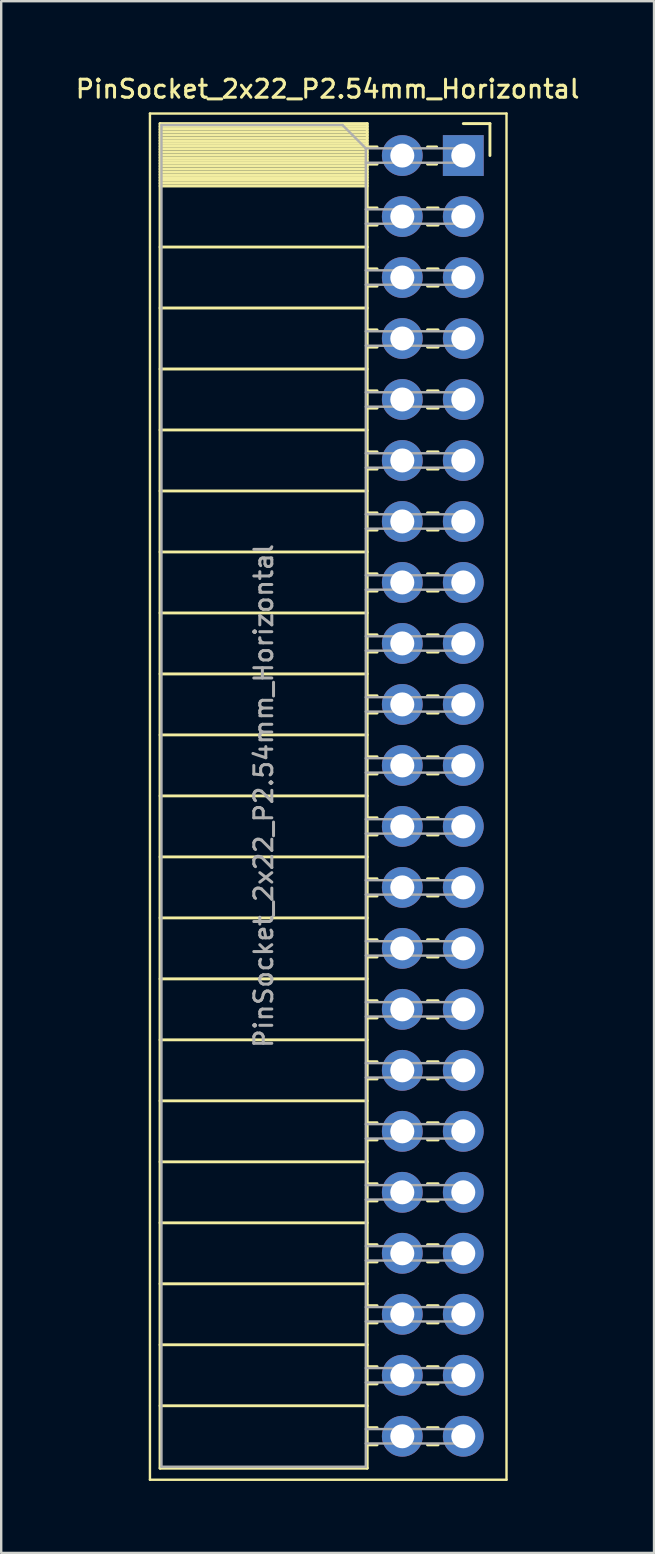
<source format=kicad_pcb>
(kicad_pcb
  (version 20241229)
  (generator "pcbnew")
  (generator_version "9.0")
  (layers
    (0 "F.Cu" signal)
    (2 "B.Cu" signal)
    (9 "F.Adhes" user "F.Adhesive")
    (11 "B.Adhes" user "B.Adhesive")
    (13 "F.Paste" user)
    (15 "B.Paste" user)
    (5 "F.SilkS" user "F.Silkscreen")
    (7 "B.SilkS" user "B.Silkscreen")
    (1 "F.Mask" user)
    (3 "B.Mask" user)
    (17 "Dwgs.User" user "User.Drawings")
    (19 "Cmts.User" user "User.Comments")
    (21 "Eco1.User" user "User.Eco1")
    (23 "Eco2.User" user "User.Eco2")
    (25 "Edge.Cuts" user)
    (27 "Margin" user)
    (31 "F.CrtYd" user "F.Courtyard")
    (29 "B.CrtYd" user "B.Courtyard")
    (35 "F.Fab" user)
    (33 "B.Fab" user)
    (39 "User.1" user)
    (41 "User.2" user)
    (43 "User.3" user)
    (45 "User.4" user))
  (footprint "PinSocket_2x22_P2.54mm_Horizontal"
    (layer "F.Cu")
    (at 16.245 3.428)
    (property "Reference" "PinSocket_2x22_P2.54mm_Horizontal" (at -5.65 -2.77 0) (layer "F.SilkS") (effects (font (size 0.75 0.75) (thickness 0.125))))
    (attr through_hole)
    (fp_line (start -13.05 -1.75) (end -13.05 55.15) (stroke (width 0.1) (type solid)) (layer "F.SilkS"))
    (fp_line (start -13.05 55.15) (end 1.8 55.15) (stroke (width 0.1) (type solid)) (layer "F.SilkS"))
    (fp_line (start -12.63 -1.33) (end -12.63 54.67) (stroke (width 0.12) (type solid)) (layer "F.SilkS"))
    (fp_line (start -12.63 -1.33) (end -4 -1.33) (stroke (width 0.12) (type solid)) (layer "F.SilkS"))
    (fp_line (start -12.63 -1.21) (end -4 -1.21) (stroke (width 0.12) (type solid)) (layer "F.SilkS"))
    (fp_line (start -12.63 -1.092) (end -4 -1.092) (stroke (width 0.12) (type solid)) (layer "F.SilkS"))
    (fp_line (start -12.63 -0.974) (end -4 -0.974) (stroke (width 0.12) (type solid)) (layer "F.SilkS"))
    (fp_line (start -12.63 -0.856) (end -4 -0.856) (stroke (width 0.12) (type solid)) (layer "F.SilkS"))
    (fp_line (start -12.63 -0.738) (end -4 -0.738) (stroke (width 0.12) (type solid)) (layer "F.SilkS"))
    (fp_line (start -12.63 -0.62) (end -4 -0.62) (stroke (width 0.12) (type solid)) (layer "F.SilkS"))
    (fp_line (start -12.63 -0.501) (end -4 -0.501) (stroke (width 0.12) (type solid)) (layer "F.SilkS"))
    (fp_line (start -12.63 -0.383) (end -4 -0.383) (stroke (width 0.12) (type solid)) (layer "F.SilkS"))
    (fp_line (start -12.63 -0.265) (end -4 -0.265) (stroke (width 0.12) (type solid)) (layer "F.SilkS"))
    (fp_line (start -12.63 -0.147) (end -4 -0.147) (stroke (width 0.12) (type solid)) (layer "F.SilkS"))
    (fp_line (start -12.63 -0.029) (end -4 -0.029) (stroke (width 0.12) (type solid)) (layer "F.SilkS"))
    (fp_line (start -12.63 0.089) (end -4 0.089) (stroke (width 0.12) (type solid)) (layer "F.SilkS"))
    (fp_line (start -12.63 0.207) (end -4 0.207) (stroke (width 0.12) (type solid)) (layer "F.SilkS"))
    (fp_line (start -12.63 0.325) (end -4 0.325) (stroke (width 0.12) (type solid)) (layer "F.SilkS"))
    (fp_line (start -12.63 0.443) (end -4 0.443) (stroke (width 0.12) (type solid)) (layer "F.SilkS"))
    (fp_line (start -12.63 0.561) (end -4 0.561) (stroke (width 0.12) (type solid)) (layer "F.SilkS"))
    (fp_line (start -12.63 0.68) (end -4 0.68) (stroke (width 0.12) (type solid)) (layer "F.SilkS"))
    (fp_line (start -12.63 0.798) (end -4 0.798) (stroke (width 0.12) (type solid)) (layer "F.SilkS"))
    (fp_line (start -12.63 0.916) (end -4 0.916) (stroke (width 0.12) (type solid)) (layer "F.SilkS"))
    (fp_line (start -12.63 1.034) (end -4 1.034) (stroke (width 0.12) (type solid)) (layer "F.SilkS"))
    (fp_line (start -12.63 1.152) (end -4 1.152) (stroke (width 0.12) (type solid)) (layer "F.SilkS"))
    (fp_line (start -12.63 1.27) (end -4 1.27) (stroke (width 0.12) (type solid)) (layer "F.SilkS"))
    (fp_line (start -12.63 3.81) (end -4 3.81) (stroke (width 0.12) (type solid)) (layer "F.SilkS"))
    (fp_line (start -12.63 6.35) (end -4 6.35) (stroke (width 0.12) (type solid)) (layer "F.SilkS"))
    (fp_line (start -12.63 8.89) (end -4 8.89) (stroke (width 0.12) (type solid)) (layer "F.SilkS"))
    (fp_line (start -12.63 11.43) (end -4 11.43) (stroke (width 0.12) (type solid)) (layer "F.SilkS"))
    (fp_line (start -12.63 13.97) (end -4 13.97) (stroke (width 0.12) (type solid)) (layer "F.SilkS"))
    (fp_line (start -12.63 16.51) (end -4 16.51) (stroke (width 0.12) (type solid)) (layer "F.SilkS"))
    (fp_line (start -12.63 19.05) (end -4 19.05) (stroke (width 0.12) (type solid)) (layer "F.SilkS"))
    (fp_line (start -12.63 21.59) (end -4 21.59) (stroke (width 0.12) (type solid)) (layer "F.SilkS"))
    (fp_line (start -12.63 24.13) (end -4 24.13) (stroke (width 0.12) (type solid)) (layer "F.SilkS"))
    (fp_line (start -12.63 26.67) (end -4 26.67) (stroke (width 0.12) (type solid)) (layer "F.SilkS"))
    (fp_line (start -12.63 29.21) (end -4 29.21) (stroke (width 0.12) (type solid)) (layer "F.SilkS"))
    (fp_line (start -12.63 31.75) (end -4 31.75) (stroke (width 0.12) (type solid)) (layer "F.SilkS"))
    (fp_line (start -12.63 34.29) (end -4 34.29) (stroke (width 0.12) (type solid)) (layer "F.SilkS"))
    (fp_line (start -12.63 36.83) (end -4 36.83) (stroke (width 0.12) (type solid)) (layer "F.SilkS"))
    (fp_line (start -12.63 39.37) (end -4 39.37) (stroke (width 0.12) (type solid)) (layer "F.SilkS"))
    (fp_line (start -12.63 41.91) (end -4 41.91) (stroke (width 0.12) (type solid)) (layer "F.SilkS"))
    (fp_line (start -12.63 44.45) (end -4 44.45) (stroke (width 0.12) (type solid)) (layer "F.SilkS"))
    (fp_line (start -12.63 46.99) (end -4 46.99) (stroke (width 0.12) (type solid)) (layer "F.SilkS"))
    (fp_line (start -12.63 49.53) (end -4 49.53) (stroke (width 0.12) (type solid)) (layer "F.SilkS"))
    (fp_line (start -12.63 52.07) (end -4 52.07) (stroke (width 0.12) (type solid)) (layer "F.SilkS"))
    (fp_line (start -12.63 54.67) (end -4 54.67) (stroke (width 0.12) (type solid)) (layer "F.SilkS"))
    (fp_line (start -4 -1.33) (end -4 54.67) (stroke (width 0.12) (type solid)) (layer "F.SilkS"))
    (fp_line (start -4 -0.36) (end -3.59 -0.36) (stroke (width 0.12) (type solid)) (layer "F.SilkS"))
    (fp_line (start -4 0.36) (end -3.59 0.36) (stroke (width 0.12) (type solid)) (layer "F.SilkS"))
    (fp_line (start -4 2.18) (end -3.59 2.18) (stroke (width 0.12) (type solid)) (layer "F.SilkS"))
    (fp_line (start -4 2.9) (end -3.59 2.9) (stroke (width 0.12) (type solid)) (layer "F.SilkS"))
    (fp_line (start -4 4.72) (end -3.59 4.72) (stroke (width 0.12) (type solid)) (layer "F.SilkS"))
    (fp_line (start -4 5.44) (end -3.59 5.44) (stroke (width 0.12) (type solid)) (layer "F.SilkS"))
    (fp_line (start -4 7.26) (end -3.59 7.26) (stroke (width 0.12) (type solid)) (layer "F.SilkS"))
    (fp_line (start -4 7.98) (end -3.59 7.98) (stroke (width 0.12) (type solid)) (layer "F.SilkS"))
    (fp_line (start -4 9.8) (end -3.59 9.8) (stroke (width 0.12) (type solid)) (layer "F.SilkS"))
    (fp_line (start -4 10.52) (end -3.59 10.52) (stroke (width 0.12) (type solid)) (layer "F.SilkS"))
    (fp_line (start -4 12.34) (end -3.59 12.34) (stroke (width 0.12) (type solid)) (layer "F.SilkS"))
    (fp_line (start -4 13.06) (end -3.59 13.06) (stroke (width 0.12) (type solid)) (layer "F.SilkS"))
    (fp_line (start -4 14.88) (end -3.59 14.88) (stroke (width 0.12) (type solid)) (layer "F.SilkS"))
    (fp_line (start -4 15.6) (end -3.59 15.6) (stroke (width 0.12) (type solid)) (layer "F.SilkS"))
    (fp_line (start -4 17.42) (end -3.59 17.42) (stroke (width 0.12) (type solid)) (layer "F.SilkS"))
    (fp_line (start -4 18.14) (end -3.59 18.14) (stroke (width 0.12) (type solid)) (layer "F.SilkS"))
    (fp_line (start -4 19.96) (end -3.59 19.96) (stroke (width 0.12) (type solid)) (layer "F.SilkS"))
    (fp_line (start -4 20.68) (end -3.59 20.68) (stroke (width 0.12) (type solid)) (layer "F.SilkS"))
    (fp_line (start -4 22.5) (end -3.59 22.5) (stroke (width 0.12) (type solid)) (layer "F.SilkS"))
    (fp_line (start -4 23.22) (end -3.59 23.22) (stroke (width 0.12) (type solid)) (layer "F.SilkS"))
    (fp_line (start -4 25.04) (end -3.59 25.04) (stroke (width 0.12) (type solid)) (layer "F.SilkS"))
    (fp_line (start -4 25.76) (end -3.59 25.76) (stroke (width 0.12) (type solid)) (layer "F.SilkS"))
    (fp_line (start -4 27.58) (end -3.59 27.58) (stroke (width 0.12) (type solid)) (layer "F.SilkS"))
    (fp_line (start -4 28.3) (end -3.59 28.3) (stroke (width 0.12) (type solid)) (layer "F.SilkS"))
    (fp_line (start -4 30.12) (end -3.59 30.12) (stroke (width 0.12) (type solid)) (layer "F.SilkS"))
    (fp_line (start -4 30.84) (end -3.59 30.84) (stroke (width 0.12) (type solid)) (layer "F.SilkS"))
    (fp_line (start -4 32.66) (end -3.59 32.66) (stroke (width 0.12) (type solid)) (layer "F.SilkS"))
    (fp_line (start -4 33.38) (end -3.59 33.38) (stroke (width 0.12) (type solid)) (layer "F.SilkS"))
    (fp_line (start -4 35.2) (end -3.59 35.2) (stroke (width 0.12) (type solid)) (layer "F.SilkS"))
    (fp_line (start -4 35.92) (end -3.59 35.92) (stroke (width 0.12) (type solid)) (layer "F.SilkS"))
    (fp_line (start -4 37.74) (end -3.59 37.74) (stroke (width 0.12) (type solid)) (layer "F.SilkS"))
    (fp_line (start -4 38.46) (end -3.59 38.46) (stroke (width 0.12) (type solid)) (layer "F.SilkS"))
    (fp_line (start -4 40.28) (end -3.59 40.28) (stroke (width 0.12) (type solid)) (layer "F.SilkS"))
    (fp_line (start -4 41) (end -3.59 41) (stroke (width 0.12) (type solid)) (layer "F.SilkS"))
    (fp_line (start -4 42.82) (end -3.59 42.82) (stroke (width 0.12) (type solid)) (layer "F.SilkS"))
    (fp_line (start -4 43.54) (end -3.59 43.54) (stroke (width 0.12) (type solid)) (layer "F.SilkS"))
    (fp_line (start -4 45.36) (end -3.59 45.36) (stroke (width 0.12) (type solid)) (layer "F.SilkS"))
    (fp_line (start -4 46.08) (end -3.59 46.08) (stroke (width 0.12) (type solid)) (layer "F.SilkS"))
    (fp_line (start -4 47.9) (end -3.59 47.9) (stroke (width 0.12) (type solid)) (layer "F.SilkS"))
    (fp_line (start -4 48.62) (end -3.59 48.62) (stroke (width 0.12) (type solid)) (layer "F.SilkS"))
    (fp_line (start -4 50.44) (end -3.59 50.44) (stroke (width 0.12) (type solid)) (layer "F.SilkS"))
    (fp_line (start -4 51.16) (end -3.59 51.16) (stroke (width 0.12) (type solid)) (layer "F.SilkS"))
    (fp_line (start -4 52.98) (end -3.59 52.98) (stroke (width 0.12) (type solid)) (layer "F.SilkS"))
    (fp_line (start -4 53.7) (end -3.59 53.7) (stroke (width 0.12) (type solid)) (layer "F.SilkS"))
    (fp_line (start -1.49 -0.36) (end -1.11 -0.36) (stroke (width 0.12) (type solid)) (layer "F.SilkS"))
    (fp_line (start -1.49 0.36) (end -1.11 0.36) (stroke (width 0.12) (type solid)) (layer "F.SilkS"))
    (fp_line (start -1.49 2.18) (end -1.05 2.18) (stroke (width 0.12) (type solid)) (layer "F.SilkS"))
    (fp_line (start -1.49 2.9) (end -1.05 2.9) (stroke (width 0.12) (type solid)) (layer "F.SilkS"))
    (fp_line (start -1.49 4.72) (end -1.05 4.72) (stroke (width 0.12) (type solid)) (layer "F.SilkS"))
    (fp_line (start -1.49 5.44) (end -1.05 5.44) (stroke (width 0.12) (type solid)) (layer "F.SilkS"))
    (fp_line (start -1.49 7.26) (end -1.05 7.26) (stroke (width 0.12) (type solid)) (layer "F.SilkS"))
    (fp_line (start -1.49 7.98) (end -1.05 7.98) (stroke (width 0.12) (type solid)) (layer "F.SilkS"))
    (fp_line (start -1.49 9.8) (end -1.05 9.8) (stroke (width 0.12) (type solid)) (layer "F.SilkS"))
    (fp_line (start -1.49 10.52) (end -1.05 10.52) (stroke (width 0.12) (type solid)) (layer "F.SilkS"))
    (fp_line (start -1.49 12.34) (end -1.05 12.34) (stroke (width 0.12) (type solid)) (layer "F.SilkS"))
    (fp_line (start -1.49 13.06) (end -1.05 13.06) (stroke (width 0.12) (type solid)) (layer "F.SilkS"))
    (fp_line (start -1.49 14.88) (end -1.05 14.88) (stroke (width 0.12) (type solid)) (layer "F.SilkS"))
    (fp_line (start -1.49 15.6) (end -1.05 15.6) (stroke (width 0.12) (type solid)) (layer "F.SilkS"))
    (fp_line (start -1.49 17.42) (end -1.05 17.42) (stroke (width 0.12) (type solid)) (layer "F.SilkS"))
    (fp_line (start -1.49 18.14) (end -1.05 18.14) (stroke (width 0.12) (type solid)) (layer "F.SilkS"))
    (fp_line (start -1.49 19.96) (end -1.05 19.96) (stroke (width 0.12) (type solid)) (layer "F.SilkS"))
    (fp_line (start -1.49 20.68) (end -1.05 20.68) (stroke (width 0.12) (type solid)) (layer "F.SilkS"))
    (fp_line (start -1.49 22.5) (end -1.05 22.5) (stroke (width 0.12) (type solid)) (layer "F.SilkS"))
    (fp_line (start -1.49 23.22) (end -1.05 23.22) (stroke (width 0.12) (type solid)) (layer "F.SilkS"))
    (fp_line (start -1.49 25.04) (end -1.05 25.04) (stroke (width 0.12) (type solid)) (layer "F.SilkS"))
    (fp_line (start -1.49 25.76) (end -1.05 25.76) (stroke (width 0.12) (type solid)) (layer "F.SilkS"))
    (fp_line (start -1.49 27.58) (end -1.05 27.58) (stroke (width 0.12) (type solid)) (layer "F.SilkS"))
    (fp_line (start -1.49 28.3) (end -1.05 28.3) (stroke (width 0.12) (type solid)) (layer "F.SilkS"))
    (fp_line (start -1.49 30.12) (end -1.05 30.12) (stroke (width 0.12) (type solid)) (layer "F.SilkS"))
    (fp_line (start -1.49 30.84) (end -1.05 30.84) (stroke (width 0.12) (type solid)) (layer "F.SilkS"))
    (fp_line (start -1.49 32.66) (end -1.05 32.66) (stroke (width 0.12) (type solid)) (layer "F.SilkS"))
    (fp_line (start -1.49 33.38) (end -1.05 33.38) (stroke (width 0.12) (type solid)) (layer "F.SilkS"))
    (fp_line (start -1.49 35.2) (end -1.05 35.2) (stroke (width 0.12) (type solid)) (layer "F.SilkS"))
    (fp_line (start -1.49 35.92) (end -1.05 35.92) (stroke (width 0.12) (type solid)) (layer "F.SilkS"))
    (fp_line (start -1.49 37.74) (end -1.05 37.74) (stroke (width 0.12) (type solid)) (layer "F.SilkS"))
    (fp_line (start -1.49 38.46) (end -1.05 38.46) (stroke (width 0.12) (type solid)) (layer "F.SilkS"))
    (fp_line (start -1.49 40.28) (end -1.05 40.28) (stroke (width 0.12) (type solid)) (layer "F.SilkS"))
    (fp_line (start -1.49 41) (end -1.05 41) (stroke (width 0.12) (type solid)) (layer "F.SilkS"))
    (fp_line (start -1.49 42.82) (end -1.05 42.82) (stroke (width 0.12) (type solid)) (layer "F.SilkS"))
    (fp_line (start -1.49 43.54) (end -1.05 43.54) (stroke (width 0.12) (type solid)) (layer "F.SilkS"))
    (fp_line (start -1.49 45.36) (end -1.05 45.36) (stroke (width 0.12) (type solid)) (layer "F.SilkS"))
    (fp_line (start -1.49 46.08) (end -1.05 46.08) (stroke (width 0.12) (type solid)) (layer "F.SilkS"))
    (fp_line (start -1.49 47.9) (end -1.05 47.9) (stroke (width 0.12) (type solid)) (layer "F.SilkS"))
    (fp_line (start -1.49 48.62) (end -1.05 48.62) (stroke (width 0.12) (type solid)) (layer "F.SilkS"))
    (fp_line (start -1.49 50.44) (end -1.05 50.44) (stroke (width 0.12) (type solid)) (layer "F.SilkS"))
    (fp_line (start -1.49 51.16) (end -1.05 51.16) (stroke (width 0.12) (type solid)) (layer "F.SilkS"))
    (fp_line (start -1.49 52.98) (end -1.05 52.98) (stroke (width 0.12) (type solid)) (layer "F.SilkS"))
    (fp_line (start -1.49 53.7) (end -1.05 53.7) (stroke (width 0.12) (type solid)) (layer "F.SilkS"))
    (fp_line (start 0 -1.33) (end 1.11 -1.33) (stroke (width 0.12) (type solid)) (layer "F.SilkS"))
    (fp_line (start 1.11 -1.33) (end 1.11 0) (stroke (width 0.12) (type solid)) (layer "F.SilkS"))
    (fp_line (start 1.8 -1.75) (end -13.05 -1.75) (stroke (width 0.1) (type solid)) (layer "F.SilkS"))
    (fp_line (start 1.8 55.15) (end 1.8 -1.75) (stroke (width 0.1) (type solid)) (layer "F.SilkS"))
    (fp_line (start -12.57 -1.27) (end -5.03 -1.27) (stroke (width 0.1) (type solid)) (layer "F.Fab"))
    (fp_line (start -12.57 54.61) (end -12.57 -1.27) (stroke (width 0.1) (type solid)) (layer "F.Fab"))
    (fp_line (start -5.03 -1.27) (end -4.06 -0.3) (stroke (width 0.1) (type solid)) (layer "F.Fab"))
    (fp_line (start -4.06 -0.3) (end -4.06 54.61) (stroke (width 0.1) (type solid)) (layer "F.Fab"))
    (fp_line (start -4.06 0.3) (end 0 0.3) (stroke (width 0.1) (type solid)) (layer "F.Fab"))
    (fp_line (start -4.06 2.84) (end 0 2.84) (stroke (width 0.1) (type solid)) (layer "F.Fab"))
    (fp_line (start -4.06 5.38) (end 0 5.38) (stroke (width 0.1) (type solid)) (layer "F.Fab"))
    (fp_line (start -4.06 7.92) (end 0 7.92) (stroke (width 0.1) (type solid)) (layer "F.Fab"))
    (fp_line (start -4.06 10.46) (end 0 10.46) (stroke (width 0.1) (type solid)) (layer "F.Fab"))
    (fp_line (start -4.06 13) (end 0 13) (stroke (width 0.1) (type solid)) (layer "F.Fab"))
    (fp_line (start -4.06 15.54) (end 0 15.54) (stroke (width 0.1) (type solid)) (layer "F.Fab"))
    (fp_line (start -4.06 18.08) (end 0 18.08) (stroke (width 0.1) (type solid)) (layer "F.Fab"))
    (fp_line (start -4.06 20.62) (end 0 20.62) (stroke (width 0.1) (type solid)) (layer "F.Fab"))
    (fp_line (start -4.06 23.16) (end 0 23.16) (stroke (width 0.1) (type solid)) (layer "F.Fab"))
    (fp_line (start -4.06 25.7) (end 0 25.7) (stroke (width 0.1) (type solid)) (layer "F.Fab"))
    (fp_line (start -4.06 28.24) (end 0 28.24) (stroke (width 0.1) (type solid)) (layer "F.Fab"))
    (fp_line (start -4.06 30.78) (end 0 30.78) (stroke (width 0.1) (type solid)) (layer "F.Fab"))
    (fp_line (start -4.06 33.32) (end 0 33.32) (stroke (width 0.1) (type solid)) (layer "F.Fab"))
    (fp_line (start -4.06 35.86) (end 0 35.86) (stroke (width 0.1) (type solid)) (layer "F.Fab"))
    (fp_line (start -4.06 38.4) (end 0 38.4) (stroke (width 0.1) (type solid)) (layer "F.Fab"))
    (fp_line (start -4.06 40.94) (end 0 40.94) (stroke (width 0.1) (type solid)) (layer "F.Fab"))
    (fp_line (start -4.06 43.48) (end 0 43.48) (stroke (width 0.1) (type solid)) (layer "F.Fab"))
    (fp_line (start -4.06 46.02) (end 0 46.02) (stroke (width 0.1) (type solid)) (layer "F.Fab"))
    (fp_line (start -4.06 48.56) (end 0 48.56) (stroke (width 0.1) (type solid)) (layer "F.Fab"))
    (fp_line (start -4.06 51.1) (end 0 51.1) (stroke (width 0.1) (type solid)) (layer "F.Fab"))
    (fp_line (start -4.06 53.64) (end 0 53.64) (stroke (width 0.1) (type solid)) (layer "F.Fab"))
    (fp_line (start -4.06 54.61) (end -12.57 54.61) (stroke (width 0.1) (type solid)) (layer "F.Fab"))
    (fp_line (start 0 -0.3) (end -4.06 -0.3) (stroke (width 0.1) (type solid)) (layer "F.Fab"))
    (fp_line (start 0 0.3) (end 0 -0.3) (stroke (width 0.1) (type solid)) (layer "F.Fab"))
    (fp_line (start 0 2.24) (end -4.06 2.24) (stroke (width 0.1) (type solid)) (layer "F.Fab"))
    (fp_line (start 0 2.84) (end 0 2.24) (stroke (width 0.1) (type solid)) (layer "F.Fab"))
    (fp_line (start 0 4.78) (end -4.06 4.78) (stroke (width 0.1) (type solid)) (layer "F.Fab"))
    (fp_line (start 0 5.38) (end 0 4.78) (stroke (width 0.1) (type solid)) (layer "F.Fab"))
    (fp_line (start 0 7.32) (end -4.06 7.32) (stroke (width 0.1) (type solid)) (layer "F.Fab"))
    (fp_line (start 0 7.92) (end 0 7.32) (stroke (width 0.1) (type solid)) (layer "F.Fab"))
    (fp_line (start 0 9.86) (end -4.06 9.86) (stroke (width 0.1) (type solid)) (layer "F.Fab"))
    (fp_line (start 0 10.46) (end 0 9.86) (stroke (width 0.1) (type solid)) (layer "F.Fab"))
    (fp_line (start 0 12.4) (end -4.06 12.4) (stroke (width 0.1) (type solid)) (layer "F.Fab"))
    (fp_line (start 0 13) (end 0 12.4) (stroke (width 0.1) (type solid)) (layer "F.Fab"))
    (fp_line (start 0 14.94) (end -4.06 14.94) (stroke (width 0.1) (type solid)) (layer "F.Fab"))
    (fp_line (start 0 15.54) (end 0 14.94) (stroke (width 0.1) (type solid)) (layer "F.Fab"))
    (fp_line (start 0 17.48) (end -4.06 17.48) (stroke (width 0.1) (type solid)) (layer "F.Fab"))
    (fp_line (start 0 18.08) (end 0 17.48) (stroke (width 0.1) (type solid)) (layer "F.Fab"))
    (fp_line (start 0 20.02) (end -4.06 20.02) (stroke (width 0.1) (type solid)) (layer "F.Fab"))
    (fp_line (start 0 20.62) (end 0 20.02) (stroke (width 0.1) (type solid)) (layer "F.Fab"))
    (fp_line (start 0 22.56) (end -4.06 22.56) (stroke (width 0.1) (type solid)) (layer "F.Fab"))
    (fp_line (start 0 23.16) (end 0 22.56) (stroke (width 0.1) (type solid)) (layer "F.Fab"))
    (fp_line (start 0 25.1) (end -4.06 25.1) (stroke (width 0.1) (type solid)) (layer "F.Fab"))
    (fp_line (start 0 25.7) (end 0 25.1) (stroke (width 0.1) (type solid)) (layer "F.Fab"))
    (fp_line (start 0 27.64) (end -4.06 27.64) (stroke (width 0.1) (type solid)) (layer "F.Fab"))
    (fp_line (start 0 28.24) (end 0 27.64) (stroke (width 0.1) (type solid)) (layer "F.Fab"))
    (fp_line (start 0 30.18) (end -4.06 30.18) (stroke (width 0.1) (type solid)) (layer "F.Fab"))
    (fp_line (start 0 30.78) (end 0 30.18) (stroke (width 0.1) (type solid)) (layer "F.Fab"))
    (fp_line (start 0 32.72) (end -4.06 32.72) (stroke (width 0.1) (type solid)) (layer "F.Fab"))
    (fp_line (start 0 33.32) (end 0 32.72) (stroke (width 0.1) (type solid)) (layer "F.Fab"))
    (fp_line (start 0 35.26) (end -4.06 35.26) (stroke (width 0.1) (type solid)) (layer "F.Fab"))
    (fp_line (start 0 35.86) (end 0 35.26) (stroke (width 0.1) (type solid)) (layer "F.Fab"))
    (fp_line (start 0 37.8) (end -4.06 37.8) (stroke (width 0.1) (type solid)) (layer "F.Fab"))
    (fp_line (start 0 38.4) (end 0 37.8) (stroke (width 0.1) (type solid)) (layer "F.Fab"))
    (fp_line (start 0 40.34) (end -4.06 40.34) (stroke (width 0.1) (type solid)) (layer "F.Fab"))
    (fp_line (start 0 40.94) (end 0 40.34) (stroke (width 0.1) (type solid)) (layer "F.Fab"))
    (fp_line (start 0 42.88) (end -4.06 42.88) (stroke (width 0.1) (type solid)) (layer "F.Fab"))
    (fp_line (start 0 43.48) (end 0 42.88) (stroke (width 0.1) (type solid)) (layer "F.Fab"))
    (fp_line (start 0 45.42) (end -4.06 45.42) (stroke (width 0.1) (type solid)) (layer "F.Fab"))
    (fp_line (start 0 46.02) (end 0 45.42) (stroke (width 0.1) (type solid)) (layer "F.Fab"))
    (fp_line (start 0 47.96) (end -4.06 47.96) (stroke (width 0.1) (type solid)) (layer "F.Fab"))
    (fp_line (start 0 48.56) (end 0 47.96) (stroke (width 0.1) (type solid)) (layer "F.Fab"))
    (fp_line (start 0 50.5) (end -4.06 50.5) (stroke (width 0.1) (type solid)) (layer "F.Fab"))
    (fp_line (start 0 51.1) (end 0 50.5) (stroke (width 0.1) (type solid)) (layer "F.Fab"))
    (fp_line (start 0 53.04) (end -4.06 53.04) (stroke (width 0.1) (type solid)) (layer "F.Fab"))
    (fp_line (start 0 53.64) (end 0 53.04) (stroke (width 0.1) (type solid)) (layer "F.Fab"))
    (fp_text user "${REFERENCE}" (at -8.315 26.67 90) (layer "F.Fab") (effects (font (size 0.75 0.75) (thickness 0.125))))
    (pad "1" thru_hole rect (at 0 0) (size 1.7 1.7) (drill 1) (layers "*.Cu" "*.Mask"))
    (pad "2" thru_hole oval (at -2.54 0) (size 1.7 1.7) (drill 1) (layers "*.Cu" "*.Mask"))
    (pad "3" thru_hole oval (at 0 2.54) (size 1.7 1.7) (drill 1) (layers "*.Cu" "*.Mask"))
    (pad "4" thru_hole oval (at -2.54 2.54) (size 1.7 1.7) (drill 1) (layers "*.Cu" "*.Mask"))
    (pad "5" thru_hole oval (at 0 5.08) (size 1.7 1.7) (drill 1) (layers "*.Cu" "*.Mask"))
    (pad "6" thru_hole oval (at -2.54 5.08) (size 1.7 1.7) (drill 1) (layers "*.Cu" "*.Mask"))
    (pad "7" thru_hole oval (at 0 7.62) (size 1.7 1.7) (drill 1) (layers "*.Cu" "*.Mask"))
    (pad "8" thru_hole oval (at -2.54 7.62) (size 1.7 1.7) (drill 1) (layers "*.Cu" "*.Mask"))
    (pad "9" thru_hole oval (at 0 10.16) (size 1.7 1.7) (drill 1) (layers "*.Cu" "*.Mask"))
    (pad "10" thru_hole oval (at -2.54 10.16) (size 1.7 1.7) (drill 1) (layers "*.Cu" "*.Mask"))
    (pad "11" thru_hole oval (at 0 12.7) (size 1.7 1.7) (drill 1) (layers "*.Cu" "*.Mask"))
    (pad "12" thru_hole oval (at -2.54 12.7) (size 1.7 1.7) (drill 1) (layers "*.Cu" "*.Mask"))
    (pad "13" thru_hole oval (at 0 15.24) (size 1.7 1.7) (drill 1) (layers "*.Cu" "*.Mask"))
    (pad "14" thru_hole oval (at -2.54 15.24) (size 1.7 1.7) (drill 1) (layers "*.Cu" "*.Mask"))
    (pad "15" thru_hole oval (at 0 17.78) (size 1.7 1.7) (drill 1) (layers "*.Cu" "*.Mask"))
    (pad "16" thru_hole oval (at -2.54 17.78) (size 1.7 1.7) (drill 1) (layers "*.Cu" "*.Mask"))
    (pad "17" thru_hole oval (at 0 20.32) (size 1.7 1.7) (drill 1) (layers "*.Cu" "*.Mask"))
    (pad "18" thru_hole oval (at -2.54 20.32) (size 1.7 1.7) (drill 1) (layers "*.Cu" "*.Mask"))
    (pad "19" thru_hole oval (at 0 22.86) (size 1.7 1.7) (drill 1) (layers "*.Cu" "*.Mask"))
    (pad "20" thru_hole oval (at -2.54 22.86) (size 1.7 1.7) (drill 1) (layers "*.Cu" "*.Mask"))
    (pad "21" thru_hole oval (at 0 25.4) (size 1.7 1.7) (drill 1) (layers "*.Cu" "*.Mask"))
    (pad "22" thru_hole oval (at -2.54 25.4) (size 1.7 1.7) (drill 1) (layers "*.Cu" "*.Mask"))
    (pad "23" thru_hole oval (at 0 27.94) (size 1.7 1.7) (drill 1) (layers "*.Cu" "*.Mask"))
    (pad "24" thru_hole oval (at -2.54 27.94) (size 1.7 1.7) (drill 1) (layers "*.Cu" "*.Mask"))
    (pad "25" thru_hole oval (at 0 30.48) (size 1.7 1.7) (drill 1) (layers "*.Cu" "*.Mask"))
    (pad "26" thru_hole oval (at -2.54 30.48) (size 1.7 1.7) (drill 1) (layers "*.Cu" "*.Mask"))
    (pad "27" thru_hole oval (at 0 33.02) (size 1.7 1.7) (drill 1) (layers "*.Cu" "*.Mask"))
    (pad "28" thru_hole oval (at -2.54 33.02) (size 1.7 1.7) (drill 1) (layers "*.Cu" "*.Mask"))
    (pad "29" thru_hole oval (at 0 35.56) (size 1.7 1.7) (drill 1) (layers "*.Cu" "*.Mask"))
    (pad "30" thru_hole oval (at -2.54 35.56) (size 1.7 1.7) (drill 1) (layers "*.Cu" "*.Mask"))
    (pad "31" thru_hole oval (at 0 38.1) (size 1.7 1.7) (drill 1) (layers "*.Cu" "*.Mask"))
    (pad "32" thru_hole oval (at -2.54 38.1) (size 1.7 1.7) (drill 1) (layers "*.Cu" "*.Mask"))
    (pad "33" thru_hole oval (at 0 40.64) (size 1.7 1.7) (drill 1) (layers "*.Cu" "*.Mask"))
    (pad "34" thru_hole oval (at -2.54 40.64) (size 1.7 1.7) (drill 1) (layers "*.Cu" "*.Mask"))
    (pad "35" thru_hole oval (at 0 43.18) (size 1.7 1.7) (drill 1) (layers "*.Cu" "*.Mask"))
    (pad "36" thru_hole oval (at -2.54 43.18) (size 1.7 1.7) (drill 1) (layers "*.Cu" "*.Mask"))
    (pad "37" thru_hole oval (at 0 45.72) (size 1.7 1.7) (drill 1) (layers "*.Cu" "*.Mask"))
    (pad "38" thru_hole oval (at -2.54 45.72) (size 1.7 1.7) (drill 1) (layers "*.Cu" "*.Mask"))
    (pad "39" thru_hole oval (at 0 48.26) (size 1.7 1.7) (drill 1) (layers "*.Cu" "*.Mask"))
    (pad "40" thru_hole oval (at -2.54 48.26) (size 1.7 1.7) (drill 1) (layers "*.Cu" "*.Mask"))
    (pad "41" thru_hole oval (at 0 50.8) (size 1.7 1.7) (drill 1) (layers "*.Cu" "*.Mask"))
    (pad "42" thru_hole oval (at -2.54 50.8) (size 1.7 1.7) (drill 1) (layers "*.Cu" "*.Mask"))
    (pad "43" thru_hole oval (at 0 53.34) (size 1.7 1.7) (drill 1) (layers "*.Cu" "*.Mask"))
    (pad "44" thru_hole oval (at -2.54 53.34) (size 1.7 1.7) (drill 1) (layers "*.Cu" "*.Mask")))
  (gr_rect
    (start -3 -3)
    (end 24.189 61.628)
    (stroke (width 0.1) (type default))
    (fill no)
    (layer "Edge.Cuts")))
</source>
